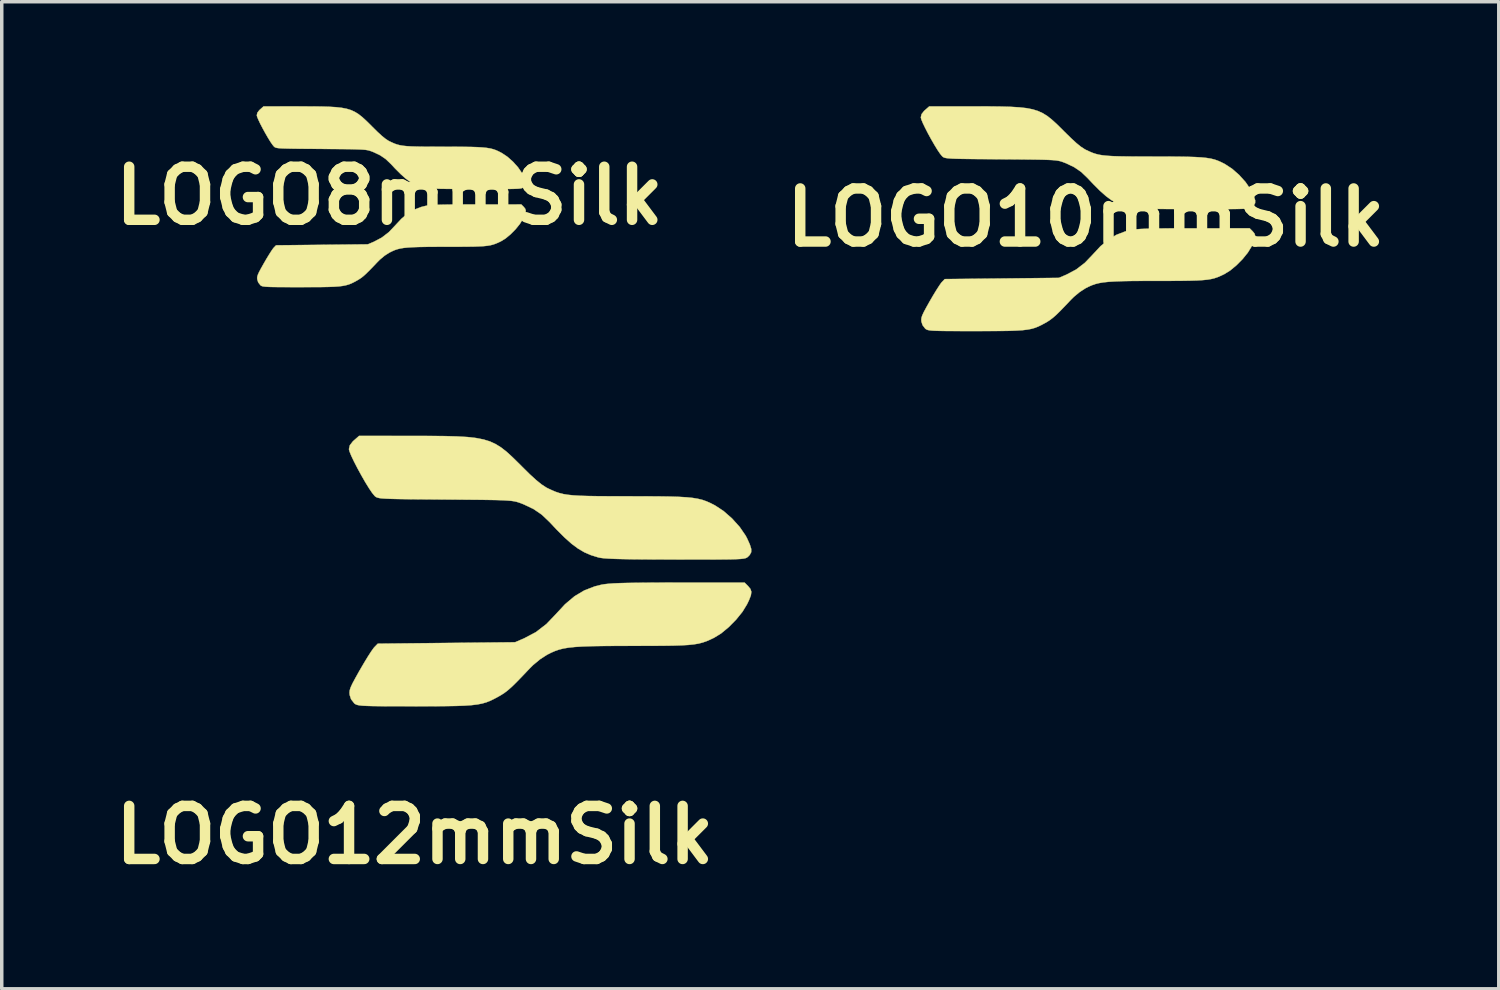
<source format=kicad_pcb>
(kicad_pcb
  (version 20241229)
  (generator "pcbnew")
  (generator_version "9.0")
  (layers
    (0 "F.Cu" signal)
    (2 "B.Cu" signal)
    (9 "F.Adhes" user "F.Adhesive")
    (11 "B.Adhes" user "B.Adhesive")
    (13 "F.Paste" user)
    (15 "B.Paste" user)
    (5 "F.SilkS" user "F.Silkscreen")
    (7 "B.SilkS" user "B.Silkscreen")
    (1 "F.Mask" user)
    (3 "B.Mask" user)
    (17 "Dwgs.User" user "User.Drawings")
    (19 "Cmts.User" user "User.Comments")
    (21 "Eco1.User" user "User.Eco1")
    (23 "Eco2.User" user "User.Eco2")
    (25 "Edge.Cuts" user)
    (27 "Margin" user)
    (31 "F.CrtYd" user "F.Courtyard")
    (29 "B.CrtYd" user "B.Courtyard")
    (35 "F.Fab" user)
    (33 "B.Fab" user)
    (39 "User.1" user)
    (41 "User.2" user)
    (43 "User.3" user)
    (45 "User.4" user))
  (footprint "LOGO8mmSilk"
    (layer "F.Cu")
    (at 8.135 2.573)
    (property "Reference" "LOGO8mmSilk" (at 0 0 0) (layer "F.SilkS") (effects (font (size 1.524 1.524) (thickness 0.3))))
    (attr through_hole)
    (fp_poly (pts (xy 3.853 0.316) (xy 3.897 0.37) (xy 3.915 0.425) (xy 3.906 0.494) (xy 3.869 0.59) (xy 3.833 0.665) (xy 3.744 0.809) (xy 3.622 0.96) (xy 3.481 1.103) (xy 3.336 1.224) (xy 3.199 1.308) (xy 3.121 1.345) (xy 3.05 1.375) (xy 2.978 1.4) (xy 2.901 1.42) (xy 2.811 1.435) (xy 2.704 1.446) (xy 2.572 1.453) (xy 2.41 1.459) (xy 2.211 1.461) (xy 1.97 1.463) (xy 1.681 1.463) (xy 1.643 1.463) (xy 1.333 1.464) (xy 1.072 1.466) (xy 0.856 1.47) (xy 0.676 1.476) (xy 0.529 1.485) (xy 0.408 1.497) (xy 0.307 1.514) (xy 0.22 1.536) (xy 0.142 1.563) (xy 0.067 1.597) (xy -0.007 1.634) (xy -0.139 1.719) (xy -0.276 1.833) (xy -0.345 1.902) (xy -0.485 2.05) (xy -0.596 2.163) (xy -0.684 2.249) (xy -0.757 2.314) (xy -0.824 2.365) (xy -0.89 2.408) (xy -0.942 2.438) (xy -1.023 2.482) (xy -1.097 2.518) (xy -1.172 2.547) (xy -1.253 2.57) (xy -1.345 2.588) (xy -1.457 2.602) (xy -1.592 2.611) (xy -1.757 2.617) (xy -1.959 2.621) (xy -2.203 2.622) (xy -2.495 2.623) (xy -2.547 2.623) (xy -2.822 2.623) (xy -3.046 2.622) (xy -3.226 2.621) (xy -3.367 2.619) (xy -3.475 2.616) (xy -3.554 2.611) (xy -3.611 2.605) (xy -3.65 2.597) (xy -3.678 2.587) (xy -3.699 2.574) (xy -3.707 2.567) (xy -3.769 2.487) (xy -3.795 2.407) (xy -3.8 2.362) (xy -3.795 2.317) (xy -3.777 2.261) (xy -3.743 2.186) (xy -3.688 2.083) (xy -3.608 1.941) (xy -3.602 1.931) (xy -3.524 1.796) (xy -3.449 1.674) (xy -3.385 1.574) (xy -3.338 1.507) (xy -3.324 1.491) (xy -3.257 1.422) (xy -1.939 1.408) (xy -0.621 1.394) (xy -0.447 1.32) (xy -0.222 1.201) (xy -0.019 1.045) (xy 0.155 0.862) (xy 0.34 0.663) (xy 0.521 0.511) (xy 0.708 0.4) (xy 0.91 0.322) (xy 1.036 0.29) (xy 1.094 0.28) (xy 1.168 0.272) (xy 1.263 0.265) (xy 1.383 0.259) (xy 1.535 0.255) (xy 1.722 0.252) (xy 1.95 0.25) (xy 2.224 0.249) (xy 2.507 0.249) (xy 3.785 0.248) (xy 3.853 0.316)) (stroke (width 0.01) (type solid)) (fill yes) (layer "F.SilkS"))
    (fp_poly (pts (xy -2.574 -2.567) (xy -2.246 -2.566) (xy -1.968 -2.564) (xy -1.732 -2.557) (xy -1.534 -2.545) (xy -1.367 -2.526) (xy -1.225 -2.498) (xy -1.102 -2.46) (xy -0.992 -2.409) (xy -0.889 -2.345) (xy -0.786 -2.264) (xy -0.679 -2.167) (xy -0.56 -2.051) (xy -0.497 -1.987) (xy -0.343 -1.835) (xy -0.218 -1.72) (xy -0.115 -1.637) (xy -0.029 -1.58) (xy 0.004 -1.563) (xy 0.081 -1.527) (xy 0.152 -1.496) (xy 0.223 -1.472) (xy 0.3 -1.452) (xy 0.389 -1.437) (xy 0.495 -1.426) (xy 0.626 -1.418) (xy 0.787 -1.413) (xy 0.984 -1.41) (xy 1.223 -1.409) (xy 1.509 -1.408) (xy 1.574 -1.408) (xy 1.88 -1.407) (xy 2.138 -1.406) (xy 2.352 -1.403) (xy 2.528 -1.397) (xy 2.672 -1.388) (xy 2.791 -1.376) (xy 2.89 -1.36) (xy 2.974 -1.339) (xy 3.051 -1.313) (xy 3.125 -1.28) (xy 3.202 -1.241) (xy 3.214 -1.235) (xy 3.379 -1.127) (xy 3.543 -0.983) (xy 3.69 -0.82) (xy 3.805 -0.653) (xy 3.831 -0.604) (xy 3.886 -0.483) (xy 3.913 -0.397) (xy 3.912 -0.334) (xy 3.884 -0.283) (xy 3.857 -0.253) (xy 3.841 -0.24) (xy 3.824 -0.228) (xy 3.799 -0.219) (xy 3.762 -0.211) (xy 3.709 -0.205) (xy 3.635 -0.201) (xy 3.534 -0.198) (xy 3.403 -0.196) (xy 3.235 -0.195) (xy 3.027 -0.195) (xy 2.774 -0.195) (xy 2.47 -0.195) (xy 2.455 -0.195) (xy 2.13 -0.196) (xy 1.856 -0.197) (xy 1.628 -0.199) (xy 1.441 -0.202) (xy 1.292 -0.207) (xy 1.175 -0.212) (xy 1.086 -0.218) (xy 1.021 -0.226) (xy 0.975 -0.236) (xy 0.974 -0.236) (xy 0.836 -0.279) (xy 0.71 -0.333) (xy 0.589 -0.404) (xy 0.464 -0.497) (xy 0.328 -0.618) (xy 0.172 -0.773) (xy 0.036 -0.918) (xy -0.108 -1.055) (xy -0.264 -1.162) (xy -0.45 -1.251) (xy -0.513 -1.276) (xy -0.553 -1.29) (xy -0.592 -1.302) (xy -0.637 -1.312) (xy -0.692 -1.32) (xy -0.763 -1.326) (xy -0.855 -1.331) (xy -0.974 -1.335) (xy -1.123 -1.339) (xy -1.31 -1.341) (xy -1.539 -1.343) (xy -1.815 -1.345) (xy -1.965 -1.347) (xy -2.265 -1.349) (xy -2.514 -1.351) (xy -2.718 -1.353) (xy -2.882 -1.356) (xy -3.01 -1.359) (xy -3.107 -1.363) (xy -3.179 -1.368) (xy -3.23 -1.375) (xy -3.264 -1.383) (xy -3.288 -1.393) (xy -3.305 -1.405) (xy -3.318 -1.416) (xy -3.363 -1.471) (xy -3.425 -1.562) (xy -3.496 -1.678) (xy -3.571 -1.809) (xy -3.645 -1.944) (xy -3.712 -2.073) (xy -3.765 -2.185) (xy -3.8 -2.27) (xy -3.81 -2.313) (xy -3.793 -2.387) (xy -3.736 -2.46) (xy -3.712 -2.482) (xy -3.615 -2.568) (xy -2.574 -2.567)) (stroke (width 0.01) (type solid)) (fill yes) (layer "F.SilkS")))
  (footprint "LOGO12mmSilk"
    (layer "F.Cu")
    (at 6.321 17.119)
    (property "Reference" "LOGO12mmSilk" (at 2.54 3.81 0) (layer "F.SilkS") (effects (font (size 1.524 1.524) (thickness 0.3))))
    (attr through_hole)
    (fp_poly (pts (xy 12.113 -3.337) (xy 12.18 -3.256) (xy 12.207 -3.174) (xy 12.193 -3.07) (xy 12.137 -2.927) (xy 12.083 -2.815) (xy 11.951 -2.599) (xy 11.769 -2.374) (xy 11.558 -2.16) (xy 11.34 -1.979) (xy 11.135 -1.853) (xy 11.019 -1.798) (xy 10.912 -1.752) (xy 10.806 -1.716) (xy 10.69 -1.686) (xy 10.556 -1.664) (xy 10.395 -1.647) (xy 10.197 -1.636) (xy 9.955 -1.628) (xy 9.658 -1.624) (xy 9.298 -1.622) (xy 8.865 -1.621) (xy 8.807 -1.621) (xy 8.344 -1.62) (xy 7.954 -1.617) (xy 7.63 -1.612) (xy 7.362 -1.603) (xy 7.141 -1.589) (xy 6.96 -1.57) (xy 6.809 -1.545) (xy 6.68 -1.512) (xy 6.563 -1.471) (xy 6.451 -1.422) (xy 6.339 -1.365) (xy 6.142 -1.238) (xy 5.937 -1.068) (xy 5.834 -0.965) (xy 5.624 -0.744) (xy 5.459 -0.574) (xy 5.327 -0.445) (xy 5.217 -0.348) (xy 5.118 -0.272) (xy 5.019 -0.208) (xy 4.941 -0.163) (xy 4.82 -0.098) (xy 4.709 -0.044) (xy 4.597 0.000227) (xy 4.476 0.035) (xy 4.337 0.062) (xy 4.171 0.082) (xy 3.969 0.096) (xy 3.721 0.105) (xy 3.42 0.11) (xy 3.055 0.113) (xy 2.618 0.114) (xy 2.54 0.114) (xy 2.129 0.113) (xy 1.793 0.113) (xy 1.524 0.111) (xy 1.313 0.108) (xy 1.152 0.103) (xy 1.033 0.097) (xy 0.948 0.087) (xy 0.889 0.075) (xy 0.848 0.06) (xy 0.817 0.041) (xy 0.804 0.031) (xy 0.711 -0.089) (xy 0.672 -0.209) (xy 0.666 -0.276) (xy 0.673 -0.344) (xy 0.699 -0.427) (xy 0.751 -0.54) (xy 0.834 -0.694) (xy 0.952 -0.906) (xy 0.962 -0.922) (xy 1.079 -1.123) (xy 1.19 -1.306) (xy 1.286 -1.455) (xy 1.357 -1.555) (xy 1.378 -1.58) (xy 1.478 -1.683) (xy 3.45 -1.704) (xy 5.421 -1.724) (xy 5.681 -1.836) (xy 6.018 -2.014) (xy 6.321 -2.247) (xy 6.582 -2.52) (xy 6.859 -2.818) (xy 7.129 -3.045) (xy 7.409 -3.212) (xy 7.712 -3.329) (xy 7.9 -3.376) (xy 7.987 -3.391) (xy 8.097 -3.403) (xy 8.239 -3.414) (xy 8.42 -3.422) (xy 8.646 -3.428) (xy 8.926 -3.432) (xy 9.267 -3.435) (xy 9.676 -3.437) (xy 10.1 -3.438) (xy 12.012 -3.438) (xy 12.113 -3.337)) (stroke (width 0.01) (type solid)) (fill yes) (layer "F.SilkS"))
    (fp_poly (pts (xy 2.5 -7.65) (xy 2.99 -7.649) (xy 3.407 -7.645) (xy 3.759 -7.635) (xy 4.055 -7.618) (xy 4.305 -7.589) (xy 4.518 -7.547) (xy 4.702 -7.49) (xy 4.866 -7.414) (xy 5.021 -7.317) (xy 5.174 -7.198) (xy 5.334 -7.052) (xy 5.512 -6.878) (xy 5.607 -6.783) (xy 5.837 -6.555) (xy 6.024 -6.384) (xy 6.178 -6.259) (xy 6.307 -6.174) (xy 6.355 -6.148) (xy 6.471 -6.094) (xy 6.577 -6.048) (xy 6.683 -6.012) (xy 6.798 -5.982) (xy 6.931 -5.96) (xy 7.091 -5.943) (xy 7.287 -5.931) (xy 7.527 -5.924) (xy 7.822 -5.919) (xy 8.179 -5.917) (xy 8.608 -5.916) (xy 8.704 -5.916) (xy 9.163 -5.915) (xy 9.548 -5.913) (xy 9.868 -5.908) (xy 10.132 -5.9) (xy 10.348 -5.887) (xy 10.525 -5.869) (xy 10.673 -5.844) (xy 10.8 -5.813) (xy 10.914 -5.773) (xy 11.024 -5.725) (xy 11.14 -5.666) (xy 11.158 -5.657) (xy 11.405 -5.495) (xy 11.651 -5.28) (xy 11.871 -5.036) (xy 12.042 -4.787) (xy 12.081 -4.714) (xy 12.163 -4.533) (xy 12.203 -4.404) (xy 12.202 -4.31) (xy 12.161 -4.233) (xy 12.119 -4.189) (xy 12.096 -4.168) (xy 12.07 -4.151) (xy 12.033 -4.137) (xy 11.978 -4.126) (xy 11.899 -4.117) (xy 11.788 -4.111) (xy 11.637 -4.106) (xy 11.44 -4.103) (xy 11.19 -4.102) (xy 10.879 -4.101) (xy 10.499 -4.101) (xy 10.045 -4.102) (xy 10.023 -4.102) (xy 9.537 -4.103) (xy 9.127 -4.105) (xy 8.785 -4.108) (xy 8.506 -4.113) (xy 8.283 -4.119) (xy 8.108 -4.127) (xy 7.975 -4.136) (xy 7.877 -4.148) (xy 7.808 -4.162) (xy 7.807 -4.163) (xy 7.6 -4.227) (xy 7.412 -4.308) (xy 7.231 -4.414) (xy 7.044 -4.553) (xy 6.84 -4.735) (xy 6.608 -4.967) (xy 6.405 -5.183) (xy 6.189 -5.388) (xy 5.956 -5.548) (xy 5.676 -5.682) (xy 5.583 -5.719) (xy 5.523 -5.74) (xy 5.464 -5.758) (xy 5.397 -5.773) (xy 5.314 -5.785) (xy 5.208 -5.794) (xy 5.071 -5.802) (xy 4.894 -5.808) (xy 4.669 -5.812) (xy 4.39 -5.816) (xy 4.048 -5.819) (xy 3.634 -5.823) (xy 3.411 -5.824) (xy 2.962 -5.828) (xy 2.589 -5.831) (xy 2.283 -5.834) (xy 2.039 -5.838) (xy 1.847 -5.843) (xy 1.701 -5.849) (xy 1.594 -5.856) (xy 1.519 -5.866) (xy 1.467 -5.879) (xy 1.431 -5.894) (xy 1.405 -5.912) (xy 1.387 -5.929) (xy 1.319 -6.011) (xy 1.227 -6.147) (xy 1.12 -6.32) (xy 1.008 -6.516) (xy 0.897 -6.718) (xy 0.798 -6.91) (xy 0.718 -7.078) (xy 0.666 -7.206) (xy 0.65 -7.271) (xy 0.676 -7.381) (xy 0.761 -7.491) (xy 0.796 -7.523) (xy 0.942 -7.651) (xy 2.5 -7.65)) (stroke (width 0.01) (type solid)) (fill yes) (layer "F.SilkS")))
  (footprint "LOGO10mmSilk"
    (layer "F.Cu")
    (at 28.132 3.197)
    (property "Reference" "LOGO10mmSilk" (at 0 0 0) (layer "F.SilkS") (effects (font (size 1.524 1.524) (thickness 0.3))))
    (attr through_hole)
    (fp_poly (pts (xy 4.79 0.393) (xy 4.845 0.46) (xy 4.868 0.529) (xy 4.856 0.615) (xy 4.81 0.734) (xy 4.765 0.827) (xy 4.655 1.006) (xy 4.503 1.194) (xy 4.328 1.371) (xy 4.147 1.521) (xy 3.977 1.626) (xy 3.881 1.672) (xy 3.792 1.71) (xy 3.703 1.741) (xy 3.607 1.765) (xy 3.495 1.784) (xy 3.361 1.797) (xy 3.197 1.807) (xy 2.996 1.813) (xy 2.749 1.817) (xy 2.45 1.819) (xy 2.09 1.819) (xy 2.042 1.819) (xy 1.657 1.82) (xy 1.333 1.822) (xy 1.064 1.827) (xy 0.841 1.835) (xy 0.658 1.846) (xy 0.507 1.862) (xy 0.382 1.883) (xy 0.274 1.91) (xy 0.177 1.944) (xy 0.084 1.985) (xy -0.009 2.032) (xy -0.173 2.138) (xy -0.343 2.279) (xy -0.429 2.364) (xy -0.603 2.548) (xy -0.741 2.69) (xy -0.85 2.797) (xy -0.942 2.877) (xy -1.024 2.94) (xy -1.106 2.994) (xy -1.171 3.031) (xy -1.271 3.085) (xy -1.364 3.13) (xy -1.457 3.167) (xy -1.557 3.196) (xy -1.673 3.218) (xy -1.811 3.235) (xy -1.979 3.246) (xy -2.185 3.254) (xy -2.435 3.258) (xy -2.738 3.26) (xy -3.101 3.261) (xy -3.167 3.261) (xy -3.508 3.261) (xy -3.787 3.26) (xy -4.011 3.259) (xy -4.186 3.256) (xy -4.32 3.252) (xy -4.419 3.247) (xy -4.489 3.239) (xy -4.538 3.229) (xy -4.572 3.216) (xy -4.598 3.2) (xy -4.609 3.192) (xy -4.686 3.092) (xy -4.719 2.992) (xy -4.724 2.937) (xy -4.718 2.88) (xy -4.696 2.811) (xy -4.653 2.718) (xy -4.584 2.589) (xy -4.486 2.414) (xy -4.478 2.4) (xy -4.381 2.233) (xy -4.288 2.081) (xy -4.208 1.957) (xy -4.15 1.874) (xy -4.132 1.854) (xy -4.049 1.768) (xy -2.411 1.751) (xy -0.772 1.733) (xy -0.556 1.641) (xy -0.276 1.493) (xy -0.024 1.299) (xy 0.193 1.072) (xy 0.423 0.825) (xy 0.648 0.636) (xy 0.88 0.497) (xy 1.132 0.4) (xy 1.288 0.361) (xy 1.36 0.348) (xy 1.452 0.338) (xy 1.57 0.329) (xy 1.72 0.323) (xy 1.908 0.317) (xy 2.141 0.314) (xy 2.424 0.311) (xy 2.764 0.31) (xy 3.116 0.31) (xy 4.706 0.309) (xy 4.79 0.393)) (stroke (width 0.01) (type solid)) (fill yes) (layer "F.SilkS"))
    (fp_poly (pts (xy -3.2 -3.192) (xy -2.792 -3.191) (xy -2.446 -3.187) (xy -2.154 -3.179) (xy -1.907 -3.164) (xy -1.7 -3.141) (xy -1.523 -3.106) (xy -1.37 -3.058) (xy -1.233 -2.995) (xy -1.105 -2.915) (xy -0.978 -2.815) (xy -0.844 -2.694) (xy -0.697 -2.55) (xy -0.618 -2.47) (xy -0.426 -2.282) (xy -0.271 -2.139) (xy -0.143 -2.035) (xy -0.036 -1.965) (xy 0.004 -1.943) (xy 0.1 -1.898) (xy 0.189 -1.86) (xy 0.277 -1.83) (xy 0.373 -1.805) (xy 0.483 -1.787) (xy 0.616 -1.773) (xy 0.778 -1.763) (xy 0.978 -1.757) (xy 1.223 -1.753) (xy 1.52 -1.751) (xy 1.876 -1.751) (xy 1.956 -1.75) (xy 2.338 -1.75) (xy 2.658 -1.748) (xy 2.924 -1.744) (xy 3.143 -1.737) (xy 3.323 -1.726) (xy 3.47 -1.711) (xy 3.593 -1.691) (xy 3.698 -1.665) (xy 3.793 -1.632) (xy 3.885 -1.591) (xy 3.981 -1.543) (xy 3.996 -1.535) (xy 4.201 -1.401) (xy 4.405 -1.222) (xy 4.588 -1.019) (xy 4.73 -0.812) (xy 4.763 -0.751) (xy 4.831 -0.601) (xy 4.865 -0.494) (xy 4.864 -0.416) (xy 4.829 -0.351) (xy 4.795 -0.315) (xy 4.775 -0.298) (xy 4.754 -0.284) (xy 4.723 -0.272) (xy 4.678 -0.263) (xy 4.612 -0.255) (xy 4.519 -0.25) (xy 4.394 -0.246) (xy 4.23 -0.244) (xy 4.022 -0.242) (xy 3.764 -0.242) (xy 3.449 -0.242) (xy 3.071 -0.243) (xy 3.053 -0.243) (xy 2.649 -0.243) (xy 2.308 -0.245) (xy 2.024 -0.248) (xy 1.792 -0.252) (xy 1.606 -0.257) (xy 1.461 -0.263) (xy 1.351 -0.271) (xy 1.269 -0.281) (xy 1.212 -0.293) (xy 1.211 -0.293) (xy 1.039 -0.347) (xy 0.883 -0.414) (xy 0.732 -0.502) (xy 0.577 -0.618) (xy 0.408 -0.768) (xy 0.214 -0.962) (xy 0.045 -1.141) (xy -0.134 -1.311) (xy -0.328 -1.444) (xy -0.56 -1.556) (xy -0.638 -1.586) (xy -0.687 -1.604) (xy -0.736 -1.619) (xy -0.792 -1.631) (xy -0.861 -1.641) (xy -0.949 -1.649) (xy -1.063 -1.655) (xy -1.21 -1.66) (xy -1.397 -1.664) (xy -1.629 -1.667) (xy -1.913 -1.67) (xy -2.257 -1.673) (xy -2.443 -1.674) (xy -2.815 -1.677) (xy -3.126 -1.679) (xy -3.38 -1.682) (xy -3.583 -1.685) (xy -3.742 -1.689) (xy -3.863 -1.694) (xy -3.952 -1.701) (xy -4.015 -1.709) (xy -4.058 -1.719) (xy -4.088 -1.732) (xy -4.109 -1.747) (xy -4.125 -1.761) (xy -4.181 -1.829) (xy -4.258 -1.942) (xy -4.346 -2.086) (xy -4.44 -2.249) (xy -4.532 -2.417) (xy -4.614 -2.577) (xy -4.681 -2.716) (xy -4.724 -2.822) (xy -4.737 -2.876) (xy -4.716 -2.968) (xy -4.645 -3.059) (xy -4.615 -3.086) (xy -4.494 -3.192) (xy -3.2 -3.192)) (stroke (width 0.01) (type solid)) (fill yes) (layer "F.SilkS")))
  (gr_rect
    (start -3 -3)
    (end 39.993 25.347)
    (stroke (width 0.1) (type default))
    (fill no)
    (layer "Edge.Cuts")))
</source>
